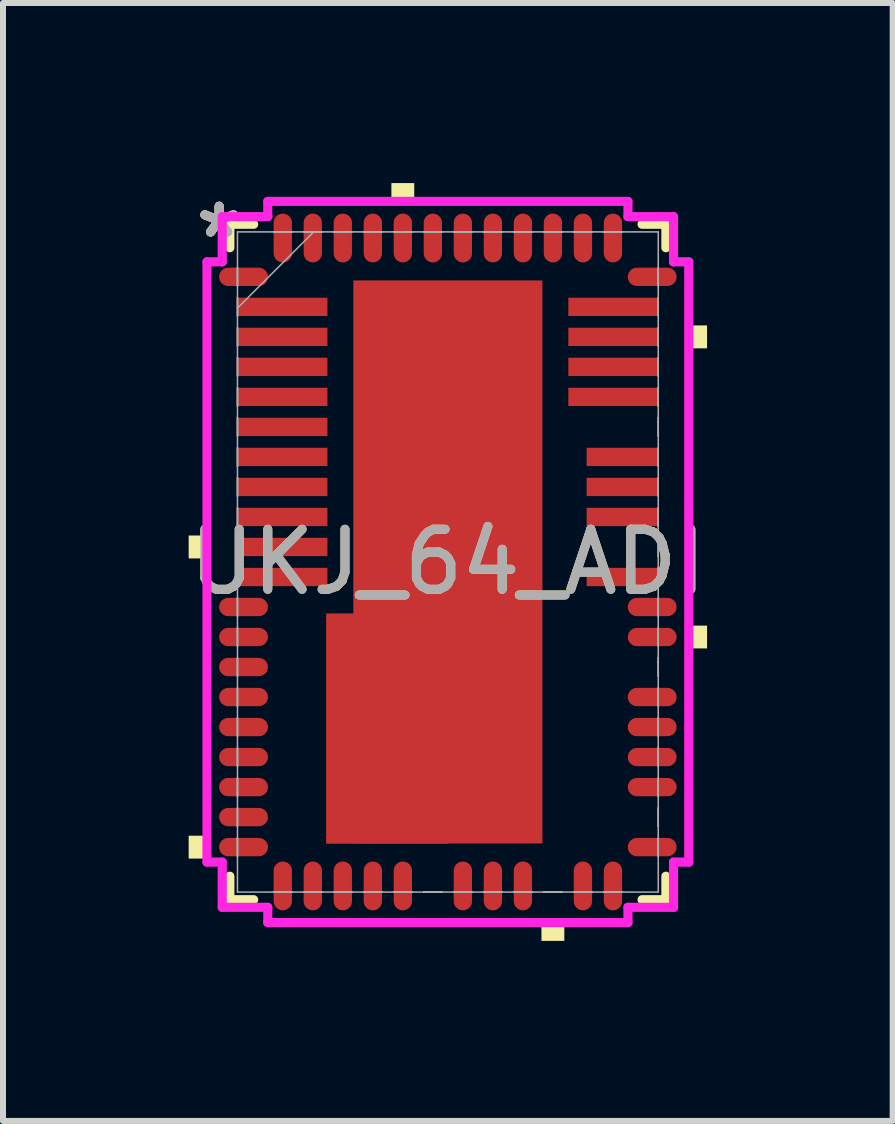
<source format=kicad_pcb>
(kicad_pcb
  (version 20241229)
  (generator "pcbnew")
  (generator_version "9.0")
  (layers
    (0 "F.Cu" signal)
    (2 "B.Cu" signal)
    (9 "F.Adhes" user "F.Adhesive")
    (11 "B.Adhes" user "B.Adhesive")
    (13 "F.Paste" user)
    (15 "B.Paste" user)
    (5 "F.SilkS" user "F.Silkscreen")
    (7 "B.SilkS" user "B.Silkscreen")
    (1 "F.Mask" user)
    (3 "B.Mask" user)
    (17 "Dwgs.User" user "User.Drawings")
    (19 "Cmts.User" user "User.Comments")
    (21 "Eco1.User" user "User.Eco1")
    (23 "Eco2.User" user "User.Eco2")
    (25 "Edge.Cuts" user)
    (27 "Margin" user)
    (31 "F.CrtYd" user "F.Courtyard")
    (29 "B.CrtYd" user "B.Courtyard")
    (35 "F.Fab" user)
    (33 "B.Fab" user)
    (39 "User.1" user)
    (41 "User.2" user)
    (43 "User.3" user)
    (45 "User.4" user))
  (footprint "UKJ_64_ADI"
    (layer "F.Cu")
    (at 4.411 6.312)
    (property "Reference" "UKJ_64_ADI" (at 0 0 0) (unlocked yes) (layer "F.SilkS") (effects (font (size 1 1) (thickness 0.15))))
    (attr smd)
    (fp_poly (pts (xy -2.028 0.857) (xy 0.004 0.857) (xy 0.004 4.693) (xy -2.028 4.693)) (stroke (width 0) (type solid)) (fill yes) (layer "F.Cu"))
    (fp_poly (pts (xy -1.575 -4.69) (xy 1.575 -4.69) (xy 1.575 4.69) (xy -1.575 4.69)) (stroke (width 0) (type solid)) (fill yes) (layer "F.Cu"))
    (fp_poly (pts (xy -2.028 0.857) (xy 0.004 0.857) (xy 0.004 4.693) (xy -2.028 4.693)) (stroke (width 0) (type solid)) (fill yes) (layer "F.Mask"))
    (fp_poly (pts (xy -1.575 -4.69) (xy 1.575 -4.69) (xy 1.575 4.69) (xy -1.575 4.69)) (stroke (width 0) (type solid)) (fill yes) (layer "F.Mask"))
    (fp_line (start -3.632 -5.626) (end -3.632 -5.235) (stroke (width 0.152) (type solid)) (layer "F.SilkS"))
    (fp_line (start -3.632 5.235) (end -3.632 5.626) (stroke (width 0.152) (type solid)) (layer "F.SilkS"))
    (fp_line (start -3.632 5.626) (end -3.235 5.626) (stroke (width 0.152) (type solid)) (layer "F.SilkS"))
    (fp_line (start -3.235 -5.626) (end -3.632 -5.626) (stroke (width 0.152) (type solid)) (layer "F.SilkS"))
    (fp_line (start 3.235 5.626) (end 3.632 5.626) (stroke (width 0.152) (type solid)) (layer "F.SilkS"))
    (fp_line (start 3.632 -5.626) (end 3.235 -5.626) (stroke (width 0.152) (type solid)) (layer "F.SilkS"))
    (fp_line (start 3.632 -5.235) (end 3.632 -5.626) (stroke (width 0.152) (type solid)) (layer "F.SilkS"))
    (fp_line (start 3.632 5.626) (end 3.632 5.235) (stroke (width 0.152) (type solid)) (layer "F.SilkS"))
    (fp_poly (pts (xy -4.318 -0.441) (xy -4.318 -0.059) (xy -4.064 -0.059) (xy -4.064 -0.441)) (stroke (width 0) (type solid)) (fill yes) (layer "F.SilkS"))
    (fp_poly (pts (xy -4.318 4.56) (xy -4.318 4.941) (xy -4.064 4.941) (xy -4.064 4.56)) (stroke (width 0) (type solid)) (fill yes) (layer "F.SilkS"))
    (fp_poly (pts (xy -0.941 -6.058) (xy -0.941 -6.312) (xy -0.56 -6.312) (xy -0.56 -6.058)) (stroke (width 0) (type solid)) (fill yes) (layer "F.SilkS"))
    (fp_poly (pts (xy 1.559 6.058) (xy 1.559 6.312) (xy 1.94 6.312) (xy 1.94 6.058)) (stroke (width 0) (type solid)) (fill yes) (layer "F.SilkS"))
    (fp_poly (pts (xy 4.318 -3.941) (xy 4.318 -3.559) (xy 4.064 -3.559) (xy 4.064 -3.941)) (stroke (width 0) (type solid)) (fill yes) (layer "F.SilkS"))
    (fp_poly (pts (xy 4.318 1.06) (xy 4.318 1.44) (xy 4.064 1.44) (xy 4.064 1.06)) (stroke (width 0) (type solid)) (fill yes) (layer "F.SilkS"))
    (fp_poly (pts (xy -2.028 0.857) (xy 0.004 0.857) (xy 0.004 4.693) (xy -2.028 4.693)) (stroke (width 0) (type solid)) (fill yes) (layer "F.Paste"))
    (fp_poly (pts (xy -1.575 -4.69) (xy 1.575 -4.69) (xy 1.575 4.69) (xy -1.575 4.69)) (stroke (width 0) (type solid)) (fill yes) (layer "F.Paste"))
    (fp_line (start -4.013 -5) (end -3.759 -5) (stroke (width 0.152) (type solid)) (layer "F.CrtYd"))
    (fp_line (start -4.013 5) (end -4.013 -5) (stroke (width 0.152) (type solid)) (layer "F.CrtYd"))
    (fp_line (start -3.759 -5.753) (end -3 -5.753) (stroke (width 0.152) (type solid)) (layer "F.CrtYd"))
    (fp_line (start -3.759 -5) (end -3.759 -5.753) (stroke (width 0.152) (type solid)) (layer "F.CrtYd"))
    (fp_line (start -3.759 5) (end -4.013 5) (stroke (width 0.152) (type solid)) (layer "F.CrtYd"))
    (fp_line (start -3.759 5.753) (end -3.759 5) (stroke (width 0.152) (type solid)) (layer "F.CrtYd"))
    (fp_line (start -3 -6.007) (end 3 -6.007) (stroke (width 0.152) (type solid)) (layer "F.CrtYd"))
    (fp_line (start -3 -5.753) (end -3 -6.007) (stroke (width 0.152) (type solid)) (layer "F.CrtYd"))
    (fp_line (start -3 5.753) (end -3.759 5.753) (stroke (width 0.152) (type solid)) (layer "F.CrtYd"))
    (fp_line (start -3 6.007) (end -3 5.753) (stroke (width 0.152) (type solid)) (layer "F.CrtYd"))
    (fp_line (start 3 -6.007) (end 3 -5.753) (stroke (width 0.152) (type solid)) (layer "F.CrtYd"))
    (fp_line (start 3 -5.753) (end 3.759 -5.753) (stroke (width 0.152) (type solid)) (layer "F.CrtYd"))
    (fp_line (start 3 5.753) (end 3 6.007) (stroke (width 0.152) (type solid)) (layer "F.CrtYd"))
    (fp_line (start 3 6.007) (end -3 6.007) (stroke (width 0.152) (type solid)) (layer "F.CrtYd"))
    (fp_line (start 3.759 -5.753) (end 3.759 -5) (stroke (width 0.152) (type solid)) (layer "F.CrtYd"))
    (fp_line (start 3.759 -5) (end 4.013 -5) (stroke (width 0.152) (type solid)) (layer "F.CrtYd"))
    (fp_line (start 3.759 5) (end 3.759 5.753) (stroke (width 0.152) (type solid)) (layer "F.CrtYd"))
    (fp_line (start 3.759 5.753) (end 3 5.753) (stroke (width 0.152) (type solid)) (layer "F.CrtYd"))
    (fp_line (start 4.013 -5) (end 4.013 5) (stroke (width 0.152) (type solid)) (layer "F.CrtYd"))
    (fp_line (start 4.013 5) (end 3.759 5) (stroke (width 0.152) (type solid)) (layer "F.CrtYd"))
    (fp_line (start -3.505 -5.499) (end -3.505 5.499) (stroke (width 0.025) (type solid)) (layer "F.Fab"))
    (fp_line (start -3.505 -4.902) (end -3.505 -4.902) (stroke (width 0.025) (type solid)) (layer "F.Fab"))
    (fp_line (start -3.505 -4.902) (end -3.505 -4.598) (stroke (width 0.025) (type solid)) (layer "F.Fab"))
    (fp_line (start -3.505 -4.598) (end -3.505 -4.902) (stroke (width 0.025) (type solid)) (layer "F.Fab"))
    (fp_line (start -3.505 -4.598) (end -3.505 -4.598) (stroke (width 0.025) (type solid)) (layer "F.Fab"))
    (fp_line (start -3.505 -4.402) (end -3.505 -4.402) (stroke (width 0.025) (type solid)) (layer "F.Fab"))
    (fp_line (start -3.505 -4.402) (end -3.505 -4.098) (stroke (width 0.025) (type solid)) (layer "F.Fab"))
    (fp_line (start -3.505 -4.229) (end -2.235 -5.499) (stroke (width 0.025) (type solid)) (layer "F.Fab"))
    (fp_line (start -3.505 -4.098) (end -3.505 -4.402) (stroke (width 0.025) (type solid)) (layer "F.Fab"))
    (fp_line (start -3.505 -4.098) (end -3.505 -4.098) (stroke (width 0.025) (type solid)) (layer "F.Fab"))
    (fp_line (start -3.505 -3.902) (end -3.505 -3.902) (stroke (width 0.025) (type solid)) (layer "F.Fab"))
    (fp_line (start -3.505 -3.902) (end -3.505 -3.598) (stroke (width 0.025) (type solid)) (layer "F.Fab"))
    (fp_line (start -3.505 -3.598) (end -3.505 -3.902) (stroke (width 0.025) (type solid)) (layer "F.Fab"))
    (fp_line (start -3.505 -3.598) (end -3.505 -3.598) (stroke (width 0.025) (type solid)) (layer "F.Fab"))
    (fp_line (start -3.505 -3.402) (end -3.505 -3.402) (stroke (width 0.025) (type solid)) (layer "F.Fab"))
    (fp_line (start -3.505 -3.402) (end -3.505 -3.098) (stroke (width 0.025) (type solid)) (layer "F.Fab"))
    (fp_line (start -3.505 -3.098) (end -3.505 -3.402) (stroke (width 0.025) (type solid)) (layer "F.Fab"))
    (fp_line (start -3.505 -3.098) (end -3.505 -3.098) (stroke (width 0.025) (type solid)) (layer "F.Fab"))
    (fp_line (start -3.505 -2.902) (end -3.505 -2.902) (stroke (width 0.025) (type solid)) (layer "F.Fab"))
    (fp_line (start -3.505 -2.902) (end -3.505 -2.598) (stroke (width 0.025) (type solid)) (layer "F.Fab"))
    (fp_line (start -3.505 -2.598) (end -3.505 -2.902) (stroke (width 0.025) (type solid)) (layer "F.Fab"))
    (fp_line (start -3.505 -2.598) (end -3.505 -2.598) (stroke (width 0.025) (type solid)) (layer "F.Fab"))
    (fp_line (start -3.505 -2.402) (end -3.505 -2.402) (stroke (width 0.025) (type solid)) (layer "F.Fab"))
    (fp_line (start -3.505 -2.402) (end -3.505 -2.098) (stroke (width 0.025) (type solid)) (layer "F.Fab"))
    (fp_line (start -3.505 -2.098) (end -3.505 -2.402) (stroke (width 0.025) (type solid)) (layer "F.Fab"))
    (fp_line (start -3.505 -2.098) (end -3.505 -2.098) (stroke (width 0.025) (type solid)) (layer "F.Fab"))
    (fp_line (start -3.505 -1.902) (end -3.505 -1.902) (stroke (width 0.025) (type solid)) (layer "F.Fab"))
    (fp_line (start -3.505 -1.902) (end -3.505 -1.598) (stroke (width 0.025) (type solid)) (layer "F.Fab"))
    (fp_line (start -3.505 -1.598) (end -3.505 -1.902) (stroke (width 0.025) (type solid)) (layer "F.Fab"))
    (fp_line (start -3.505 -1.598) (end -3.505 -1.598) (stroke (width 0.025) (type solid)) (layer "F.Fab"))
    (fp_line (start -3.505 -1.402) (end -3.505 -1.402) (stroke (width 0.025) (type solid)) (layer "F.Fab"))
    (fp_line (start -3.505 -1.402) (end -3.505 -1.098) (stroke (width 0.025) (type solid)) (layer "F.Fab"))
    (fp_line (start -3.505 -1.098) (end -3.505 -1.402) (stroke (width 0.025) (type solid)) (layer "F.Fab"))
    (fp_line (start -3.505 -1.098) (end -3.505 -1.098) (stroke (width 0.025) (type solid)) (layer "F.Fab"))
    (fp_line (start -3.505 -0.902) (end -3.505 -0.902) (stroke (width 0.025) (type solid)) (layer "F.Fab"))
    (fp_line (start -3.505 -0.902) (end -3.505 -0.598) (stroke (width 0.025) (type solid)) (layer "F.Fab"))
    (fp_line (start -3.505 -0.598) (end -3.505 -0.902) (stroke (width 0.025) (type solid)) (layer "F.Fab"))
    (fp_line (start -3.505 -0.598) (end -3.505 -0.598) (stroke (width 0.025) (type solid)) (layer "F.Fab"))
    (fp_line (start -3.505 -0.402) (end -3.505 -0.402) (stroke (width 0.025) (type solid)) (layer "F.Fab"))
    (fp_line (start -3.505 -0.402) (end -3.505 -0.098) (stroke (width 0.025) (type solid)) (layer "F.Fab"))
    (fp_line (start -3.505 -0.098) (end -3.505 -0.402) (stroke (width 0.025) (type solid)) (layer "F.Fab"))
    (fp_line (start -3.505 -0.098) (end -3.505 -0.098) (stroke (width 0.025) (type solid)) (layer "F.Fab"))
    (fp_line (start -3.505 0.098) (end -3.505 0.098) (stroke (width 0.025) (type solid)) (layer "F.Fab"))
    (fp_line (start -3.505 0.098) (end -3.505 0.402) (stroke (width 0.025) (type solid)) (layer "F.Fab"))
    (fp_line (start -3.505 0.402) (end -3.505 0.098) (stroke (width 0.025) (type solid)) (layer "F.Fab"))
    (fp_line (start -3.505 0.402) (end -3.505 0.402) (stroke (width 0.025) (type solid)) (layer "F.Fab"))
    (fp_line (start -3.505 0.598) (end -3.505 0.598) (stroke (width 0.025) (type solid)) (layer "F.Fab"))
    (fp_line (start -3.505 0.598) (end -3.505 0.902) (stroke (width 0.025) (type solid)) (layer "F.Fab"))
    (fp_line (start -3.505 0.902) (end -3.505 0.598) (stroke (width 0.025) (type solid)) (layer "F.Fab"))
    (fp_line (start -3.505 0.902) (end -3.505 0.902) (stroke (width 0.025) (type solid)) (layer "F.Fab"))
    (fp_line (start -3.505 1.098) (end -3.505 1.098) (stroke (width 0.025) (type solid)) (layer "F.Fab"))
    (fp_line (start -3.505 1.098) (end -3.505 1.402) (stroke (width 0.025) (type solid)) (layer "F.Fab"))
    (fp_line (start -3.505 1.402) (end -3.505 1.098) (stroke (width 0.025) (type solid)) (layer "F.Fab"))
    (fp_line (start -3.505 1.402) (end -3.505 1.402) (stroke (width 0.025) (type solid)) (layer "F.Fab"))
    (fp_line (start -3.505 1.598) (end -3.505 1.598) (stroke (width 0.025) (type solid)) (layer "F.Fab"))
    (fp_line (start -3.505 1.598) (end -3.505 1.902) (stroke (width 0.025) (type solid)) (layer "F.Fab"))
    (fp_line (start -3.505 1.902) (end -3.505 1.598) (stroke (width 0.025) (type solid)) (layer "F.Fab"))
    (fp_line (start -3.505 1.902) (end -3.505 1.902) (stroke (width 0.025) (type solid)) (layer "F.Fab"))
    (fp_line (start -3.505 2.098) (end -3.505 2.098) (stroke (width 0.025) (type solid)) (layer "F.Fab"))
    (fp_line (start -3.505 2.098) (end -3.505 2.402) (stroke (width 0.025) (type solid)) (layer "F.Fab"))
    (fp_line (start -3.505 2.402) (end -3.505 2.098) (stroke (width 0.025) (type solid)) (layer "F.Fab"))
    (fp_line (start -3.505 2.402) (end -3.505 2.402) (stroke (width 0.025) (type solid)) (layer "F.Fab"))
    (fp_line (start -3.505 2.598) (end -3.505 2.598) (stroke (width 0.025) (type solid)) (layer "F.Fab"))
    (fp_line (start -3.505 2.598) (end -3.505 2.902) (stroke (width 0.025) (type solid)) (layer "F.Fab"))
    (fp_line (start -3.505 2.902) (end -3.505 2.598) (stroke (width 0.025) (type solid)) (layer "F.Fab"))
    (fp_line (start -3.505 2.902) (end -3.505 2.902) (stroke (width 0.025) (type solid)) (layer "F.Fab"))
    (fp_line (start -3.505 3.098) (end -3.505 3.098) (stroke (width 0.025) (type solid)) (layer "F.Fab"))
    (fp_line (start -3.505 3.098) (end -3.505 3.402) (stroke (width 0.025) (type solid)) (layer "F.Fab"))
    (fp_line (start -3.505 3.402) (end -3.505 3.098) (stroke (width 0.025) (type solid)) (layer "F.Fab"))
    (fp_line (start -3.505 3.402) (end -3.505 3.402) (stroke (width 0.025) (type solid)) (layer "F.Fab"))
    (fp_line (start -3.505 3.598) (end -3.505 3.598) (stroke (width 0.025) (type solid)) (layer "F.Fab"))
    (fp_line (start -3.505 3.598) (end -3.505 3.902) (stroke (width 0.025) (type solid)) (layer "F.Fab"))
    (fp_line (start -3.505 3.902) (end -3.505 3.598) (stroke (width 0.025) (type solid)) (layer "F.Fab"))
    (fp_line (start -3.505 3.902) (end -3.505 3.902) (stroke (width 0.025) (type solid)) (layer "F.Fab"))
    (fp_line (start -3.505 4.098) (end -3.505 4.098) (stroke (width 0.025) (type solid)) (layer "F.Fab"))
    (fp_line (start -3.505 4.098) (end -3.505 4.402) (stroke (width 0.025) (type solid)) (layer "F.Fab"))
    (fp_line (start -3.505 4.402) (end -3.505 4.098) (stroke (width 0.025) (type solid)) (layer "F.Fab"))
    (fp_line (start -3.505 4.402) (end -3.505 4.402) (stroke (width 0.025) (type solid)) (layer "F.Fab"))
    (fp_line (start -3.505 4.598) (end -3.505 4.598) (stroke (width 0.025) (type solid)) (layer "F.Fab"))
    (fp_line (start -3.505 4.598) (end -3.505 4.902) (stroke (width 0.025) (type solid)) (layer "F.Fab"))
    (fp_line (start -3.505 4.902) (end -3.505 4.598) (stroke (width 0.025) (type solid)) (layer "F.Fab"))
    (fp_line (start -3.505 4.902) (end -3.505 4.902) (stroke (width 0.025) (type solid)) (layer "F.Fab"))
    (fp_line (start -3.505 5.499) (end 3.505 5.499) (stroke (width 0.025) (type solid)) (layer "F.Fab"))
    (fp_line (start -2.902 -5.499) (end -2.902 -5.499) (stroke (width 0.025) (type solid)) (layer "F.Fab"))
    (fp_line (start -2.902 -5.499) (end -2.598 -5.499) (stroke (width 0.025) (type solid)) (layer "F.Fab"))
    (fp_line (start -2.902 5.499) (end -2.902 5.499) (stroke (width 0.025) (type solid)) (layer "F.Fab"))
    (fp_line (start -2.902 5.499) (end -2.598 5.499) (stroke (width 0.025) (type solid)) (layer "F.Fab"))
    (fp_line (start -2.598 -5.499) (end -2.902 -5.499) (stroke (width 0.025) (type solid)) (layer "F.Fab"))
    (fp_line (start -2.598 -5.499) (end -2.598 -5.499) (stroke (width 0.025) (type solid)) (layer "F.Fab"))
    (fp_line (start -2.598 5.499) (end -2.902 5.499) (stroke (width 0.025) (type solid)) (layer "F.Fab"))
    (fp_line (start -2.598 5.499) (end -2.598 5.499) (stroke (width 0.025) (type solid)) (layer "F.Fab"))
    (fp_line (start -2.402 -5.499) (end -2.402 -5.499) (stroke (width 0.025) (type solid)) (layer "F.Fab"))
    (fp_line (start -2.402 -5.499) (end -2.098 -5.499) (stroke (width 0.025) (type solid)) (layer "F.Fab"))
    (fp_line (start -2.402 5.499) (end -2.402 5.499) (stroke (width 0.025) (type solid)) (layer "F.Fab"))
    (fp_line (start -2.402 5.499) (end -2.098 5.499) (stroke (width 0.025) (type solid)) (layer "F.Fab"))
    (fp_line (start -2.098 -5.499) (end -2.402 -5.499) (stroke (width 0.025) (type solid)) (layer "F.Fab"))
    (fp_line (start -2.098 -5.499) (end -2.098 -5.499) (stroke (width 0.025) (type solid)) (layer "F.Fab"))
    (fp_line (start -2.098 5.499) (end -2.402 5.499) (stroke (width 0.025) (type solid)) (layer "F.Fab"))
    (fp_line (start -2.098 5.499) (end -2.098 5.499) (stroke (width 0.025) (type solid)) (layer "F.Fab"))
    (fp_line (start -1.902 -5.499) (end -1.902 -5.499) (stroke (width 0.025) (type solid)) (layer "F.Fab"))
    (fp_line (start -1.902 -5.499) (end -1.598 -5.499) (stroke (width 0.025) (type solid)) (layer "F.Fab"))
    (fp_line (start -1.902 5.499) (end -1.902 5.499) (stroke (width 0.025) (type solid)) (layer "F.Fab"))
    (fp_line (start -1.902 5.499) (end -1.598 5.499) (stroke (width 0.025) (type solid)) (layer "F.Fab"))
    (fp_line (start -1.598 -5.499) (end -1.902 -5.499) (stroke (width 0.025) (type solid)) (layer "F.Fab"))
    (fp_line (start -1.598 -5.499) (end -1.598 -5.499) (stroke (width 0.025) (type solid)) (layer "F.Fab"))
    (fp_line (start -1.598 5.499) (end -1.902 5.499) (stroke (width 0.025) (type solid)) (layer "F.Fab"))
    (fp_line (start -1.598 5.499) (end -1.598 5.499) (stroke (width 0.025) (type solid)) (layer "F.Fab"))
    (fp_line (start -1.402 -5.499) (end -1.402 -5.499) (stroke (width 0.025) (type solid)) (layer "F.Fab"))
    (fp_line (start -1.402 -5.499) (end -1.098 -5.499) (stroke (width 0.025) (type solid)) (layer "F.Fab"))
    (fp_line (start -1.402 5.499) (end -1.402 5.499) (stroke (width 0.025) (type solid)) (layer "F.Fab"))
    (fp_line (start -1.402 5.499) (end -1.098 5.499) (stroke (width 0.025) (type solid)) (layer "F.Fab"))
    (fp_line (start -1.098 -5.499) (end -1.402 -5.499) (stroke (width 0.025) (type solid)) (layer "F.Fab"))
    (fp_line (start -1.098 -5.499) (end -1.098 -5.499) (stroke (width 0.025) (type solid)) (layer "F.Fab"))
    (fp_line (start -1.098 5.499) (end -1.402 5.499) (stroke (width 0.025) (type solid)) (layer "F.Fab"))
    (fp_line (start -1.098 5.499) (end -1.098 5.499) (stroke (width 0.025) (type solid)) (layer "F.Fab"))
    (fp_line (start -0.902 -5.499) (end -0.902 -5.499) (stroke (width 0.025) (type solid)) (layer "F.Fab"))
    (fp_line (start -0.902 -5.499) (end -0.598 -5.499) (stroke (width 0.025) (type solid)) (layer "F.Fab"))
    (fp_line (start -0.902 5.499) (end -0.902 5.499) (stroke (width 0.025) (type solid)) (layer "F.Fab"))
    (fp_line (start -0.902 5.499) (end -0.598 5.499) (stroke (width 0.025) (type solid)) (layer "F.Fab"))
    (fp_line (start -0.598 -5.499) (end -0.902 -5.499) (stroke (width 0.025) (type solid)) (layer "F.Fab"))
    (fp_line (start -0.598 -5.499) (end -0.598 -5.499) (stroke (width 0.025) (type solid)) (layer "F.Fab"))
    (fp_line (start -0.598 5.499) (end -0.902 5.499) (stroke (width 0.025) (type solid)) (layer "F.Fab"))
    (fp_line (start -0.598 5.499) (end -0.598 5.499) (stroke (width 0.025) (type solid)) (layer "F.Fab"))
    (fp_line (start -0.402 -5.499) (end -0.402 -5.499) (stroke (width 0.025) (type solid)) (layer "F.Fab"))
    (fp_line (start -0.402 -5.499) (end -0.098 -5.499) (stroke (width 0.025) (type solid)) (layer "F.Fab"))
    (fp_line (start -0.402 5.499) (end -0.402 5.499) (stroke (width 0.025) (type solid)) (layer "F.Fab"))
    (fp_line (start -0.402 5.499) (end -0.098 5.499) (stroke (width 0.025) (type solid)) (layer "F.Fab"))
    (fp_line (start -0.098 -5.499) (end -0.402 -5.499) (stroke (width 0.025) (type solid)) (layer "F.Fab"))
    (fp_line (start -0.098 -5.499) (end -0.098 -5.499) (stroke (width 0.025) (type solid)) (layer "F.Fab"))
    (fp_line (start -0.098 5.499) (end -0.402 5.499) (stroke (width 0.025) (type solid)) (layer "F.Fab"))
    (fp_line (start -0.098 5.499) (end -0.098 5.499) (stroke (width 0.025) (type solid)) (layer "F.Fab"))
    (fp_line (start 0.098 -5.499) (end 0.098 -5.499) (stroke (width 0.025) (type solid)) (layer "F.Fab"))
    (fp_line (start 0.098 -5.499) (end 0.402 -5.499) (stroke (width 0.025) (type solid)) (layer "F.Fab"))
    (fp_line (start 0.098 5.499) (end 0.098 5.499) (stroke (width 0.025) (type solid)) (layer "F.Fab"))
    (fp_line (start 0.098 5.499) (end 0.402 5.499) (stroke (width 0.025) (type solid)) (layer "F.Fab"))
    (fp_line (start 0.402 -5.499) (end 0.098 -5.499) (stroke (width 0.025) (type solid)) (layer "F.Fab"))
    (fp_line (start 0.402 -5.499) (end 0.402 -5.499) (stroke (width 0.025) (type solid)) (layer "F.Fab"))
    (fp_line (start 0.402 5.499) (end 0.098 5.499) (stroke (width 0.025) (type solid)) (layer "F.Fab"))
    (fp_line (start 0.402 5.499) (end 0.402 5.499) (stroke (width 0.025) (type solid)) (layer "F.Fab"))
    (fp_line (start 0.598 -5.499) (end 0.598 -5.499) (stroke (width 0.025) (type solid)) (layer "F.Fab"))
    (fp_line (start 0.598 -5.499) (end 0.902 -5.499) (stroke (width 0.025) (type solid)) (layer "F.Fab"))
    (fp_line (start 0.598 5.499) (end 0.598 5.499) (stroke (width 0.025) (type solid)) (layer "F.Fab"))
    (fp_line (start 0.598 5.499) (end 0.902 5.499) (stroke (width 0.025) (type solid)) (layer "F.Fab"))
    (fp_line (start 0.902 -5.499) (end 0.598 -5.499) (stroke (width 0.025) (type solid)) (layer "F.Fab"))
    (fp_line (start 0.902 -5.499) (end 0.902 -5.499) (stroke (width 0.025) (type solid)) (layer "F.Fab"))
    (fp_line (start 0.902 5.499) (end 0.598 5.499) (stroke (width 0.025) (type solid)) (layer "F.Fab"))
    (fp_line (start 0.902 5.499) (end 0.902 5.499) (stroke (width 0.025) (type solid)) (layer "F.Fab"))
    (fp_line (start 1.098 -5.499) (end 1.098 -5.499) (stroke (width 0.025) (type solid)) (layer "F.Fab"))
    (fp_line (start 1.098 -5.499) (end 1.402 -5.499) (stroke (width 0.025) (type solid)) (layer "F.Fab"))
    (fp_line (start 1.098 5.499) (end 1.098 5.499) (stroke (width 0.025) (type solid)) (layer "F.Fab"))
    (fp_line (start 1.098 5.499) (end 1.402 5.499) (stroke (width 0.025) (type solid)) (layer "F.Fab"))
    (fp_line (start 1.402 -5.499) (end 1.098 -5.499) (stroke (width 0.025) (type solid)) (layer "F.Fab"))
    (fp_line (start 1.402 -5.499) (end 1.402 -5.499) (stroke (width 0.025) (type solid)) (layer "F.Fab"))
    (fp_line (start 1.402 5.499) (end 1.098 5.499) (stroke (width 0.025) (type solid)) (layer "F.Fab"))
    (fp_line (start 1.402 5.499) (end 1.402 5.499) (stroke (width 0.025) (type solid)) (layer "F.Fab"))
    (fp_line (start 1.598 -5.499) (end 1.598 -5.499) (stroke (width 0.025) (type solid)) (layer "F.Fab"))
    (fp_line (start 1.598 -5.499) (end 1.902 -5.499) (stroke (width 0.025) (type solid)) (layer "F.Fab"))
    (fp_line (start 1.598 5.499) (end 1.598 5.499) (stroke (width 0.025) (type solid)) (layer "F.Fab"))
    (fp_line (start 1.598 5.499) (end 1.902 5.499) (stroke (width 0.025) (type solid)) (layer "F.Fab"))
    (fp_line (start 1.902 -5.499) (end 1.598 -5.499) (stroke (width 0.025) (type solid)) (layer "F.Fab"))
    (fp_line (start 1.902 -5.499) (end 1.902 -5.499) (stroke (width 0.025) (type solid)) (layer "F.Fab"))
    (fp_line (start 1.902 5.499) (end 1.598 5.499) (stroke (width 0.025) (type solid)) (layer "F.Fab"))
    (fp_line (start 1.902 5.499) (end 1.902 5.499) (stroke (width 0.025) (type solid)) (layer "F.Fab"))
    (fp_line (start 2.098 -5.499) (end 2.098 -5.499) (stroke (width 0.025) (type solid)) (layer "F.Fab"))
    (fp_line (start 2.098 -5.499) (end 2.402 -5.499) (stroke (width 0.025) (type solid)) (layer "F.Fab"))
    (fp_line (start 2.098 5.499) (end 2.098 5.499) (stroke (width 0.025) (type solid)) (layer "F.Fab"))
    (fp_line (start 2.098 5.499) (end 2.402 5.499) (stroke (width 0.025) (type solid)) (layer "F.Fab"))
    (fp_line (start 2.402 -5.499) (end 2.098 -5.499) (stroke (width 0.025) (type solid)) (layer "F.Fab"))
    (fp_line (start 2.402 -5.499) (end 2.402 -5.499) (stroke (width 0.025) (type solid)) (layer "F.Fab"))
    (fp_line (start 2.402 5.499) (end 2.098 5.499) (stroke (width 0.025) (type solid)) (layer "F.Fab"))
    (fp_line (start 2.402 5.499) (end 2.402 5.499) (stroke (width 0.025) (type solid)) (layer "F.Fab"))
    (fp_line (start 2.598 -5.499) (end 2.598 -5.499) (stroke (width 0.025) (type solid)) (layer "F.Fab"))
    (fp_line (start 2.598 -5.499) (end 2.902 -5.499) (stroke (width 0.025) (type solid)) (layer "F.Fab"))
    (fp_line (start 2.598 5.499) (end 2.598 5.499) (stroke (width 0.025) (type solid)) (layer "F.Fab"))
    (fp_line (start 2.598 5.499) (end 2.902 5.499) (stroke (width 0.025) (type solid)) (layer "F.Fab"))
    (fp_line (start 2.902 -5.499) (end 2.598 -5.499) (stroke (width 0.025) (type solid)) (layer "F.Fab"))
    (fp_line (start 2.902 -5.499) (end 2.902 -5.499) (stroke (width 0.025) (type solid)) (layer "F.Fab"))
    (fp_line (start 2.902 5.499) (end 2.598 5.499) (stroke (width 0.025) (type solid)) (layer "F.Fab"))
    (fp_line (start 2.902 5.499) (end 2.902 5.499) (stroke (width 0.025) (type solid)) (layer "F.Fab"))
    (fp_line (start 3.505 -5.499) (end -3.505 -5.499) (stroke (width 0.025) (type solid)) (layer "F.Fab"))
    (fp_line (start 3.505 -4.902) (end 3.505 -4.902) (stroke (width 0.025) (type solid)) (layer "F.Fab"))
    (fp_line (start 3.505 -4.902) (end 3.505 -4.598) (stroke (width 0.025) (type solid)) (layer "F.Fab"))
    (fp_line (start 3.505 -4.598) (end 3.505 -4.902) (stroke (width 0.025) (type solid)) (layer "F.Fab"))
    (fp_line (start 3.505 -4.598) (end 3.505 -4.598) (stroke (width 0.025) (type solid)) (layer "F.Fab"))
    (fp_line (start 3.505 -4.402) (end 3.505 -4.402) (stroke (width 0.025) (type solid)) (layer "F.Fab"))
    (fp_line (start 3.505 -4.402) (end 3.505 -4.098) (stroke (width 0.025) (type solid)) (layer "F.Fab"))
    (fp_line (start 3.505 -4.098) (end 3.505 -4.402) (stroke (width 0.025) (type solid)) (layer "F.Fab"))
    (fp_line (start 3.505 -4.098) (end 3.505 -4.098) (stroke (width 0.025) (type solid)) (layer "F.Fab"))
    (fp_line (start 3.505 -3.902) (end 3.505 -3.902) (stroke (width 0.025) (type solid)) (layer "F.Fab"))
    (fp_line (start 3.505 -3.902) (end 3.505 -3.598) (stroke (width 0.025) (type solid)) (layer "F.Fab"))
    (fp_line (start 3.505 -3.598) (end 3.505 -3.902) (stroke (width 0.025) (type solid)) (layer "F.Fab"))
    (fp_line (start 3.505 -3.598) (end 3.505 -3.598) (stroke (width 0.025) (type solid)) (layer "F.Fab"))
    (fp_line (start 3.505 -3.402) (end 3.505 -3.402) (stroke (width 0.025) (type solid)) (layer "F.Fab"))
    (fp_line (start 3.505 -3.402) (end 3.505 -3.098) (stroke (width 0.025) (type solid)) (layer "F.Fab"))
    (fp_line (start 3.505 -3.098) (end 3.505 -3.402) (stroke (width 0.025) (type solid)) (layer "F.Fab"))
    (fp_line (start 3.505 -3.098) (end 3.505 -3.098) (stroke (width 0.025) (type solid)) (layer "F.Fab"))
    (fp_line (start 3.505 -2.902) (end 3.505 -2.902) (stroke (width 0.025) (type solid)) (layer "F.Fab"))
    (fp_line (start 3.505 -2.902) (end 3.505 -2.598) (stroke (width 0.025) (type solid)) (layer "F.Fab"))
    (fp_line (start 3.505 -2.598) (end 3.505 -2.902) (stroke (width 0.025) (type solid)) (layer "F.Fab"))
    (fp_line (start 3.505 -2.598) (end 3.505 -2.598) (stroke (width 0.025) (type solid)) (layer "F.Fab"))
    (fp_line (start 3.505 -2.402) (end 3.505 -2.402) (stroke (width 0.025) (type solid)) (layer "F.Fab"))
    (fp_line (start 3.505 -2.402) (end 3.505 -2.098) (stroke (width 0.025) (type solid)) (layer "F.Fab"))
    (fp_line (start 3.505 -2.098) (end 3.505 -2.402) (stroke (width 0.025) (type solid)) (layer "F.Fab"))
    (fp_line (start 3.505 -2.098) (end 3.505 -2.098) (stroke (width 0.025) (type solid)) (layer "F.Fab"))
    (fp_line (start 3.505 -1.902) (end 3.505 -1.902) (stroke (width 0.025) (type solid)) (layer "F.Fab"))
    (fp_line (start 3.505 -1.902) (end 3.505 -1.598) (stroke (width 0.025) (type solid)) (layer "F.Fab"))
    (fp_line (start 3.505 -1.598) (end 3.505 -1.902) (stroke (width 0.025) (type solid)) (layer "F.Fab"))
    (fp_line (start 3.505 -1.598) (end 3.505 -1.598) (stroke (width 0.025) (type solid)) (layer "F.Fab"))
    (fp_line (start 3.505 -1.402) (end 3.505 -1.402) (stroke (width 0.025) (type solid)) (layer "F.Fab"))
    (fp_line (start 3.505 -1.402) (end 3.505 -1.098) (stroke (width 0.025) (type solid)) (layer "F.Fab"))
    (fp_line (start 3.505 -1.098) (end 3.505 -1.402) (stroke (width 0.025) (type solid)) (layer "F.Fab"))
    (fp_line (start 3.505 -1.098) (end 3.505 -1.098) (stroke (width 0.025) (type solid)) (layer "F.Fab"))
    (fp_line (start 3.505 -0.902) (end 3.505 -0.902) (stroke (width 0.025) (type solid)) (layer "F.Fab"))
    (fp_line (start 3.505 -0.902) (end 3.505 -0.598) (stroke (width 0.025) (type solid)) (layer "F.Fab"))
    (fp_line (start 3.505 -0.598) (end 3.505 -0.902) (stroke (width 0.025) (type solid)) (layer "F.Fab"))
    (fp_line (start 3.505 -0.598) (end 3.505 -0.598) (stroke (width 0.025) (type solid)) (layer "F.Fab"))
    (fp_line (start 3.505 -0.402) (end 3.505 -0.402) (stroke (width 0.025) (type solid)) (layer "F.Fab"))
    (fp_line (start 3.505 -0.402) (end 3.505 -0.098) (stroke (width 0.025) (type solid)) (layer "F.Fab"))
    (fp_line (start 3.505 -0.098) (end 3.505 -0.402) (stroke (width 0.025) (type solid)) (layer "F.Fab"))
    (fp_line (start 3.505 -0.098) (end 3.505 -0.098) (stroke (width 0.025) (type solid)) (layer "F.Fab"))
    (fp_line (start 3.505 0.098) (end 3.505 0.098) (stroke (width 0.025) (type solid)) (layer "F.Fab"))
    (fp_line (start 3.505 0.098) (end 3.505 0.402) (stroke (width 0.025) (type solid)) (layer "F.Fab"))
    (fp_line (start 3.505 0.402) (end 3.505 0.098) (stroke (width 0.025) (type solid)) (layer "F.Fab"))
    (fp_line (start 3.505 0.402) (end 3.505 0.402) (stroke (width 0.025) (type solid)) (layer "F.Fab"))
    (fp_line (start 3.505 0.598) (end 3.505 0.598) (stroke (width 0.025) (type solid)) (layer "F.Fab"))
    (fp_line (start 3.505 0.598) (end 3.505 0.902) (stroke (width 0.025) (type solid)) (layer "F.Fab"))
    (fp_line (start 3.505 0.902) (end 3.505 0.598) (stroke (width 0.025) (type solid)) (layer "F.Fab"))
    (fp_line (start 3.505 0.902) (end 3.505 0.902) (stroke (width 0.025) (type solid)) (layer "F.Fab"))
    (fp_line (start 3.505 1.098) (end 3.505 1.098) (stroke (width 0.025) (type solid)) (layer "F.Fab"))
    (fp_line (start 3.505 1.098) (end 3.505 1.402) (stroke (width 0.025) (type solid)) (layer "F.Fab"))
    (fp_line (start 3.505 1.402) (end 3.505 1.098) (stroke (width 0.025) (type solid)) (layer "F.Fab"))
    (fp_line (start 3.505 1.402) (end 3.505 1.402) (stroke (width 0.025) (type solid)) (layer "F.Fab"))
    (fp_line (start 3.505 1.598) (end 3.505 1.598) (stroke (width 0.025) (type solid)) (layer "F.Fab"))
    (fp_line (start 3.505 1.598) (end 3.505 1.902) (stroke (width 0.025) (type solid)) (layer "F.Fab"))
    (fp_line (start 3.505 1.902) (end 3.505 1.598) (stroke (width 0.025) (type solid)) (layer "F.Fab"))
    (fp_line (start 3.505 1.902) (end 3.505 1.902) (stroke (width 0.025) (type solid)) (layer "F.Fab"))
    (fp_line (start 3.505 2.098) (end 3.505 2.098) (stroke (width 0.025) (type solid)) (layer "F.Fab"))
    (fp_line (start 3.505 2.098) (end 3.505 2.402) (stroke (width 0.025) (type solid)) (layer "F.Fab"))
    (fp_line (start 3.505 2.402) (end 3.505 2.098) (stroke (width 0.025) (type solid)) (layer "F.Fab"))
    (fp_line (start 3.505 2.402) (end 3.505 2.402) (stroke (width 0.025) (type solid)) (layer "F.Fab"))
    (fp_line (start 3.505 2.598) (end 3.505 2.598) (stroke (width 0.025) (type solid)) (layer "F.Fab"))
    (fp_line (start 3.505 2.598) (end 3.505 2.902) (stroke (width 0.025) (type solid)) (layer "F.Fab"))
    (fp_line (start 3.505 2.902) (end 3.505 2.598) (stroke (width 0.025) (type solid)) (layer "F.Fab"))
    (fp_line (start 3.505 2.902) (end 3.505 2.902) (stroke (width 0.025) (type solid)) (layer "F.Fab"))
    (fp_line (start 3.505 3.098) (end 3.505 3.098) (stroke (width 0.025) (type solid)) (layer "F.Fab"))
    (fp_line (start 3.505 3.098) (end 3.505 3.402) (stroke (width 0.025) (type solid)) (layer "F.Fab"))
    (fp_line (start 3.505 3.402) (end 3.505 3.098) (stroke (width 0.025) (type solid)) (layer "F.Fab"))
    (fp_line (start 3.505 3.402) (end 3.505 3.402) (stroke (width 0.025) (type solid)) (layer "F.Fab"))
    (fp_line (start 3.505 3.598) (end 3.505 3.598) (stroke (width 0.025) (type solid)) (layer "F.Fab"))
    (fp_line (start 3.505 3.598) (end 3.505 3.902) (stroke (width 0.025) (type solid)) (layer "F.Fab"))
    (fp_line (start 3.505 3.902) (end 3.505 3.598) (stroke (width 0.025) (type solid)) (layer "F.Fab"))
    (fp_line (start 3.505 3.902) (end 3.505 3.902) (stroke (width 0.025) (type solid)) (layer "F.Fab"))
    (fp_line (start 3.505 4.098) (end 3.505 4.098) (stroke (width 0.025) (type solid)) (layer "F.Fab"))
    (fp_line (start 3.505 4.098) (end 3.505 4.402) (stroke (width 0.025) (type solid)) (layer "F.Fab"))
    (fp_line (start 3.505 4.402) (end 3.505 4.098) (stroke (width 0.025) (type solid)) (layer "F.Fab"))
    (fp_line (start 3.505 4.402) (end 3.505 4.402) (stroke (width 0.025) (type solid)) (layer "F.Fab"))
    (fp_line (start 3.505 4.598) (end 3.505 4.598) (stroke (width 0.025) (type solid)) (layer "F.Fab"))
    (fp_line (start 3.505 4.598) (end 3.505 4.902) (stroke (width 0.025) (type solid)) (layer "F.Fab"))
    (fp_line (start 3.505 4.902) (end 3.505 4.598) (stroke (width 0.025) (type solid)) (layer "F.Fab"))
    (fp_line (start 3.505 4.902) (end 3.505 4.902) (stroke (width 0.025) (type solid)) (layer "F.Fab"))
    (fp_line (start 3.505 5.499) (end 3.505 -5.499) (stroke (width 0.025) (type solid)) (layer "F.Fab"))
    (fp_text user "*" (at -3.81 -5.381 0) (unlocked yes) (layer "F.SilkS") (effects (font (size 1 1) (thickness 0.15))))
    (fp_text user "*" (at -3.81 -5.381 0) (layer "F.SilkS") (effects (font (size 1 1) (thickness 0.15))))
    (fp_text user "*" (at -3.81 -5.381 0) (layer "F.Fab") (effects (font (size 1 1) (thickness 0.15))))
    (fp_text user "*" (at -3.81 -5.381 0) (unlocked yes) (layer "F.Fab") (effects (font (size 1 1) (thickness 0.15))))
    (fp_text user "${REFERENCE}" (at 0 0 0) (unlocked yes) (layer "F.Fab") (effects (font (size 1 1) (thickness 0.15))))
    (pad "1" smd oval (at -3.404 -4.75 90) (size 0.305 0.813) (layers "F.Cu" "F.Mask" "F.Paste"))
    (pad "2" smd rect (at -2.756 -4.25 90) (size 0.305 1.499) (layers "F.Cu" "F.Mask" "F.Paste"))
    (pad "3" smd rect (at -2.756 -3.75 90) (size 0.305 1.499) (layers "F.Cu" "F.Mask" "F.Paste"))
    (pad "4" smd rect (at -2.756 -3.25 90) (size 0.305 1.499) (layers "F.Cu" "F.Mask" "F.Paste"))
    (pad "5" smd rect (at -2.756 -2.75 90) (size 0.305 1.499) (layers "F.Cu" "F.Mask" "F.Paste"))
    (pad "6" smd rect (at -2.756 -2.25 90) (size 0.305 1.499) (layers "F.Cu" "F.Mask" "F.Paste"))
    (pad "7" smd rect (at -2.756 -1.75 90) (size 0.305 1.499) (layers "F.Cu" "F.Mask" "F.Paste"))
    (pad "8" smd rect (at -2.756 -1.25 90) (size 0.305 1.499) (layers "F.Cu" "F.Mask" "F.Paste"))
    (pad "9" smd rect (at -2.756 -0.75 90) (size 0.305 1.499) (layers "F.Cu" "F.Mask" "F.Paste"))
    (pad "10" smd rect (at -2.756 -0.25 90) (size 0.305 1.499) (layers "F.Cu" "F.Mask" "F.Paste"))
    (pad "11" smd rect (at -2.756 0.25 90) (size 0.305 1.499) (layers "F.Cu" "F.Mask" "F.Paste"))
    (pad "12" smd oval (at -3.404 0.75 90) (size 0.305 0.813) (layers "F.Cu" "F.Mask" "F.Paste"))
    (pad "13" smd oval (at -3.404 1.25 90) (size 0.305 0.813) (layers "F.Cu" "F.Mask" "F.Paste"))
    (pad "14" smd oval (at -3.404 1.75 90) (size 0.305 0.813) (layers "F.Cu" "F.Mask" "F.Paste"))
    (pad "15" smd oval (at -3.404 2.25 90) (size 0.305 0.813) (layers "F.Cu" "F.Mask" "F.Paste"))
    (pad "16" smd oval (at -3.404 2.75 90) (size 0.305 0.813) (layers "F.Cu" "F.Mask" "F.Paste"))
    (pad "17" smd oval (at -3.404 3.25 90) (size 0.305 0.813) (layers "F.Cu" "F.Mask" "F.Paste"))
    (pad "18" smd oval (at -3.404 3.75 90) (size 0.305 0.813) (layers "F.Cu" "F.Mask" "F.Paste"))
    (pad "19" smd oval (at -3.404 4.25 90) (size 0.305 0.813) (layers "F.Cu" "F.Mask" "F.Paste"))
    (pad "20" smd oval (at -3.404 4.75 90) (size 0.305 0.813) (layers "F.Cu" "F.Mask" "F.Paste"))
    (pad "21" smd oval (at -2.75 5.397) (size 0.305 0.813) (layers "F.Cu" "F.Mask" "F.Paste"))
    (pad "22" smd oval (at -2.25 5.397) (size 0.305 0.813) (layers "F.Cu" "F.Mask" "F.Paste"))
    (pad "23" smd oval (at -1.75 5.397) (size 0.305 0.813) (layers "F.Cu" "F.Mask" "F.Paste"))
    (pad "24" smd oval (at -1.25 5.397) (size 0.305 0.813) (layers "F.Cu" "F.Mask" "F.Paste"))
    (pad "25" smd oval (at -0.75 5.397) (size 0.305 0.813) (layers "F.Cu" "F.Mask" "F.Paste"))
    (pad "27" smd oval (at 0.25 5.397) (size 0.305 0.813) (layers "F.Cu" "F.Mask" "F.Paste"))
    (pad "28" smd oval (at 0.75 5.397) (size 0.305 0.813) (layers "F.Cu" "F.Mask" "F.Paste"))
    (pad "29" smd oval (at 1.25 5.397) (size 0.305 0.813) (layers "F.Cu" "F.Mask" "F.Paste"))
    (pad "31" smd oval (at 2.25 5.397) (size 0.305 0.813) (layers "F.Cu" "F.Mask" "F.Paste"))
    (pad "32" smd oval (at 2.75 5.397) (size 0.305 0.813) (layers "F.Cu" "F.Mask" "F.Paste"))
    (pad "33" smd oval (at 3.404 4.75 90) (size 0.305 0.813) (layers "F.Cu" "F.Mask" "F.Paste"))
    (pad "35" smd oval (at 3.404 3.75 90) (size 0.305 0.813) (layers "F.Cu" "F.Mask" "F.Paste"))
    (pad "36" smd oval (at 3.404 3.25 90) (size 0.305 0.813) (layers "F.Cu" "F.Mask" "F.Paste"))
    (pad "37" smd oval (at 3.404 2.75 90) (size 0.305 0.813) (layers "F.Cu" "F.Mask" "F.Paste"))
    (pad "38" smd oval (at 3.404 2.25 90) (size 0.305 0.813) (layers "F.Cu" "F.Mask" "F.Paste"))
    (pad "40" smd oval (at 3.404 1.25 90) (size 0.305 0.813) (layers "F.Cu" "F.Mask" "F.Paste"))
    (pad "41" smd oval (at 3.404 0.75 90) (size 0.305 0.813) (layers "F.Cu" "F.Mask" "F.Paste"))
    (pad "42" smd rect (at 2.909 0.25 90) (size 0.305 1.194) (layers "F.Cu" "F.Mask" "F.Paste"))
    (pad "44" smd rect (at 2.909 -0.75 90) (size 0.305 1.194) (layers "F.Cu" "F.Mask" "F.Paste"))
    (pad "45" smd rect (at 2.909 -1.25 90) (size 0.305 1.194) (layers "F.Cu" "F.Mask" "F.Paste"))
    (pad "46" smd rect (at 2.909 -1.75 90) (size 0.305 1.194) (layers "F.Cu" "F.Mask" "F.Paste"))
    (pad "48" smd rect (at 2.756 -2.75 90) (size 0.305 1.499) (layers "F.Cu" "F.Mask" "F.Paste"))
    (pad "49" smd rect (at 2.756 -3.25 90) (size 0.305 1.499) (layers "F.Cu" "F.Mask" "F.Paste"))
    (pad "50" smd rect (at 2.756 -3.75 90) (size 0.305 1.499) (layers "F.Cu" "F.Mask" "F.Paste"))
    (pad "51" smd rect (at 2.756 -4.25 90) (size 0.305 1.499) (layers "F.Cu" "F.Mask" "F.Paste"))
    (pad "52" smd oval (at 3.404 -4.75 90) (size 0.305 0.813) (layers "F.Cu" "F.Mask" "F.Paste"))
    (pad "53" smd oval (at 2.75 -5.397) (size 0.305 0.813) (layers "F.Cu" "F.Mask" "F.Paste"))
    (pad "54" smd oval (at 2.25 -5.397) (size 0.305 0.813) (layers "F.Cu" "F.Mask" "F.Paste"))
    (pad "55" smd oval (at 1.75 -5.397) (size 0.305 0.813) (layers "F.Cu" "F.Mask" "F.Paste"))
    (pad "56" smd oval (at 1.25 -5.397) (size 0.305 0.813) (layers "F.Cu" "F.Mask" "F.Paste"))
    (pad "57" smd oval (at 0.75 -5.397) (size 0.305 0.813) (layers "F.Cu" "F.Mask" "F.Paste"))
    (pad "58" smd oval (at 0.25 -5.397) (size 0.305 0.813) (layers "F.Cu" "F.Mask" "F.Paste"))
    (pad "59" smd oval (at -0.25 -5.397) (size 0.305 0.813) (layers "F.Cu" "F.Mask" "F.Paste"))
    (pad "60" smd oval (at -0.75 -5.397) (size 0.305 0.813) (layers "F.Cu" "F.Mask" "F.Paste"))
    (pad "61" smd oval (at -1.25 -5.397) (size 0.305 0.813) (layers "F.Cu" "F.Mask" "F.Paste"))
    (pad "62" smd oval (at -1.75 -5.397) (size 0.305 0.813) (layers "F.Cu" "F.Mask" "F.Paste"))
    (pad "63" smd oval (at -2.25 -5.397) (size 0.305 0.813) (layers "F.Cu" "F.Mask" "F.Paste"))
    (pad "64" smd oval (at -2.75 -5.397) (size 0.305 0.813) (layers "F.Cu" "F.Mask" "F.Paste")))
  (gr_rect
    (start -3 -3)
    (end 11.821 15.624)
    (stroke (width 0.1) (type default))
    (fill no)
    (layer "Edge.Cuts")))
</source>
